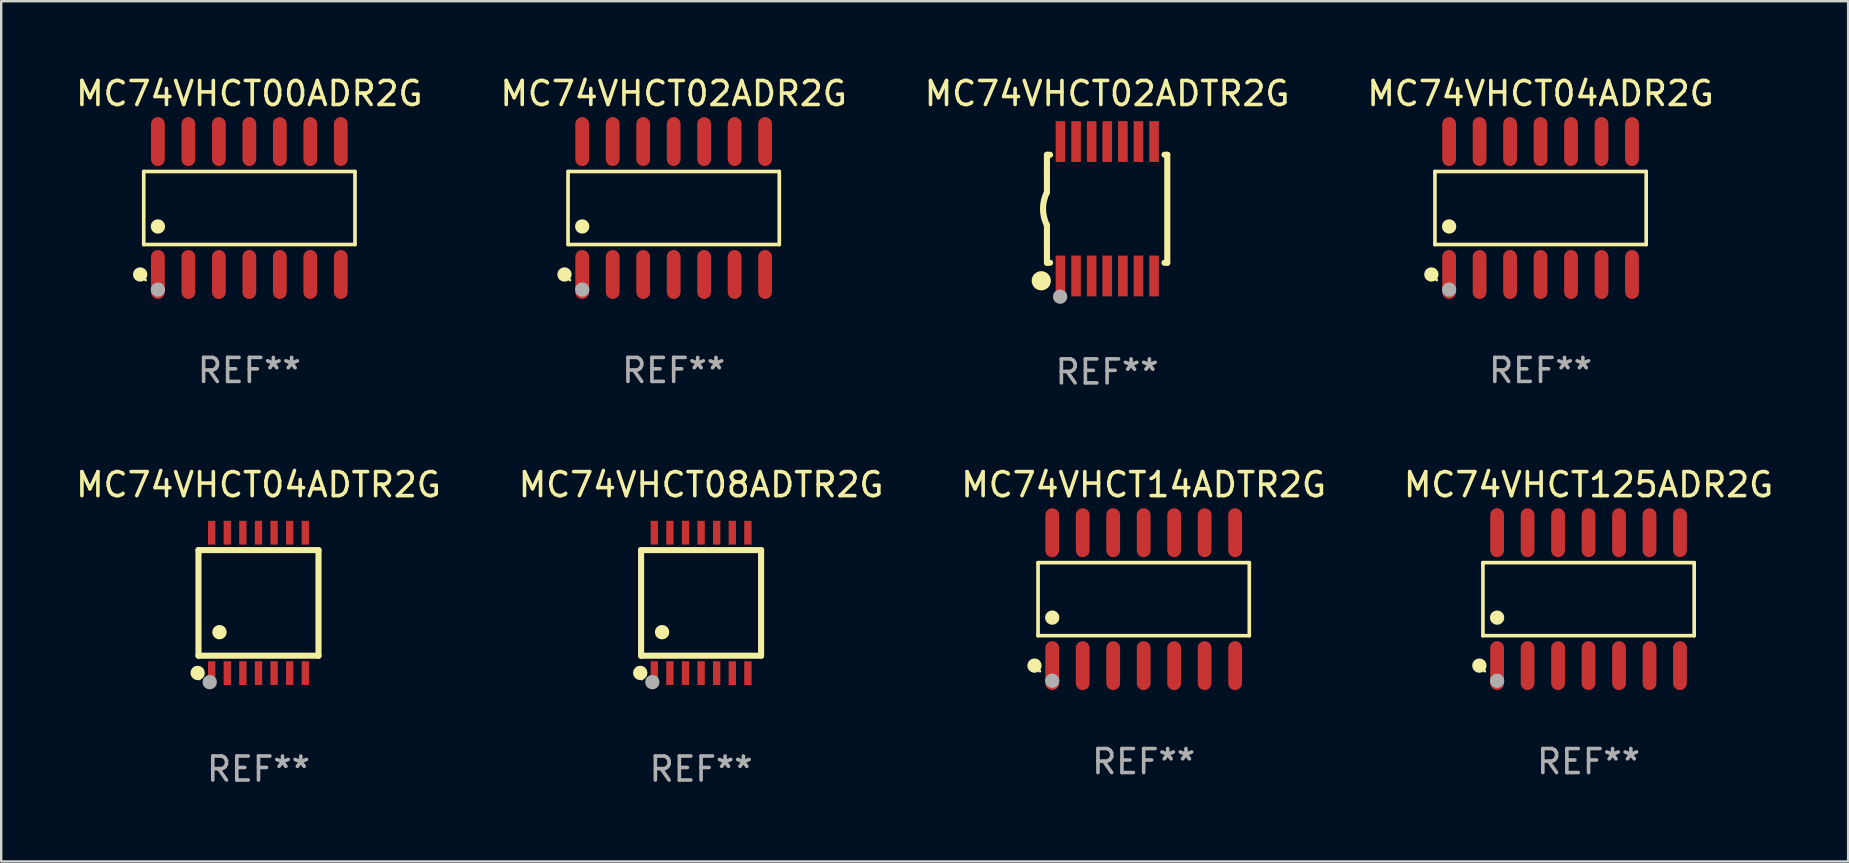
<source format=kicad_pcb>
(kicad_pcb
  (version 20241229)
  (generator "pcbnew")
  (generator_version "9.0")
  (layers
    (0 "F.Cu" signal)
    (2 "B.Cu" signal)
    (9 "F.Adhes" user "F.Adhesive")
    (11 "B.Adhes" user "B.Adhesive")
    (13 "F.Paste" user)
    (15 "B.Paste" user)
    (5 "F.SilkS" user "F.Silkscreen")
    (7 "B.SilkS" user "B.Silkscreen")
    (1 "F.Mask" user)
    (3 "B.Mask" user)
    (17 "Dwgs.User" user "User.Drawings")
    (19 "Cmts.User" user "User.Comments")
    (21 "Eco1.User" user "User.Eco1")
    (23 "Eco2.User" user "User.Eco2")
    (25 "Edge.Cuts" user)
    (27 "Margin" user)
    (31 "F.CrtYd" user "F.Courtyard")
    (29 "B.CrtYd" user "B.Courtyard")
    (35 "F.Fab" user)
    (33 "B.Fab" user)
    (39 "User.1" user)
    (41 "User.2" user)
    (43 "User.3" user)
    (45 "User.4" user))
  (footprint "MC74VHCT02ADR2G"
    (layer "F.Cu")
    (at 25.018 5.617)
    (property "Reference" "MC74VHCT02ADR2G" (at 0 -4.769 0) (layer "F.SilkS") (effects (font (size 1 1) (thickness 0.15))))
    (attr through_hole)
    (fp_line (start -4.401 -1.521) (end 4.401 -1.521) (stroke (width 0.152) (type solid)) (layer "F.SilkS"))
    (fp_line (start -4.401 1.521) (end -4.401 -1.521) (stroke (width 0.152) (type solid)) (layer "F.SilkS"))
    (fp_line (start 4.401 -1.521) (end 4.401 1.521) (stroke (width 0.152) (type solid)) (layer "F.SilkS"))
    (fp_line (start 4.401 1.521) (end -4.401 1.521) (stroke (width 0.152) (type solid)) (layer "F.SilkS"))
    (fp_circle (center -4.549 2.769) (end -4.399 2.769) (stroke (width 0.3) (type solid)) (fill no) (layer "F.SilkS"))
    (fp_circle (center -4.325 3) (end -4.295 3) (stroke (width 0.06) (type solid)) (fill no) (layer "F.SilkS"))
    (fp_circle (center -3.81 0.769) (end -3.66 0.769) (stroke (width 0.3) (type solid)) (fill no) (layer "F.SilkS"))
    (fp_circle (center -3.81 3.4) (end -3.66 3.4) (stroke (width 0.3) (type solid)) (fill no) (layer "F.Fab"))
    (fp_text user "REF**" (at 0 6.769 0) (layer "F.Fab") (effects (font (size 1 1) (thickness 0.15))))
    (pad "1" smd oval (at -3.81 2.769) (size 0.574 2.038) (layers "F.Cu" "F.Mask" "F.Paste"))
    (pad "2" smd oval (at -2.54 2.769) (size 0.574 2.038) (layers "F.Cu" "F.Mask" "F.Paste"))
    (pad "3" smd oval (at -1.27 2.769) (size 0.574 2.038) (layers "F.Cu" "F.Mask" "F.Paste"))
    (pad "4" smd oval (at 0 2.769) (size 0.574 2.038) (layers "F.Cu" "F.Mask" "F.Paste"))
    (pad "5" smd oval (at 1.27 2.769) (size 0.574 2.038) (layers "F.Cu" "F.Mask" "F.Paste"))
    (pad "6" smd oval (at 2.54 2.769) (size 0.574 2.038) (layers "F.Cu" "F.Mask" "F.Paste"))
    (pad "7" smd oval (at 3.81 2.769) (size 0.574 2.038) (layers "F.Cu" "F.Mask" "F.Paste"))
    (pad "8" smd oval (at 3.81 -2.769) (size 0.574 2.038) (layers "F.Cu" "F.Mask" "F.Paste"))
    (pad "9" smd oval (at 2.54 -2.769) (size 0.574 2.038) (layers "F.Cu" "F.Mask" "F.Paste"))
    (pad "10" smd oval (at 1.27 -2.769) (size 0.574 2.038) (layers "F.Cu" "F.Mask" "F.Paste"))
    (pad "11" smd oval (at 0 -2.769) (size 0.574 2.038) (layers "F.Cu" "F.Mask" "F.Paste"))
    (pad "12" smd oval (at -1.27 -2.769) (size 0.574 2.038) (layers "F.Cu" "F.Mask" "F.Paste"))
    (pad "13" smd oval (at -2.54 -2.769) (size 0.574 2.038) (layers "F.Cu" "F.Mask" "F.Paste"))
    (pad "14" smd oval (at -3.81 -2.769) (size 0.574 2.038) (layers "F.Cu" "F.Mask" "F.Paste")))
  (footprint "MC74VHCT08ADTR2G"
    (layer "F.Cu")
    (at 26.161 22.07)
    (property "Reference" "MC74VHCT08ADTR2G" (at 0 -4.925 0) (layer "F.SilkS") (effects (font (size 1 1) (thickness 0.15))))
    (attr through_hole)
    (fp_line (start -2.5 2.2) (end -2.5 -2.2) (stroke (width 0.254) (type solid)) (layer "F.SilkS"))
    (fp_line (start -2.5 2.2) (end 2.5 2.2) (stroke (width 0.254) (type solid)) (layer "F.SilkS"))
    (fp_line (start 2.5 -2.2) (end -2.5 -2.2) (stroke (width 0.254) (type solid)) (layer "F.SilkS"))
    (fp_line (start 2.5 -2.2) (end 2.5 2.2) (stroke (width 0.254) (type solid)) (layer "F.SilkS"))
    (fp_circle (center -2.536 2.917) (end -2.386 2.917) (stroke (width 0.3) (type solid)) (fill no) (layer "F.SilkS"))
    (fp_circle (center -2.47 3.17) (end -2.44 3.17) (stroke (width 0.06) (type solid)) (fill no) (layer "F.SilkS"))
    (fp_circle (center -1.626 1.219) (end -1.475 1.219) (stroke (width 0.3) (type solid)) (fill no) (layer "F.SilkS"))
    (fp_circle (center -2.032 3.302) (end -1.882 3.302) (stroke (width 0.3) (type solid)) (fill no) (layer "F.Fab"))
    (fp_text user "REF**" (at 0 6.925 0) (layer "F.Fab") (effects (font (size 1 1) (thickness 0.15))))
    (pad "1" smd rect (at -1.95 2.925) (size 0.305 0.991) (layers "F.Cu" "F.Mask" "F.Paste"))
    (pad "2" smd rect (at -1.3 2.925) (size 0.305 0.991) (layers "F.Cu" "F.Mask" "F.Paste"))
    (pad "3" smd rect (at -0.65 2.925) (size 0.305 0.991) (layers "F.Cu" "F.Mask" "F.Paste"))
    (pad "4" smd rect (at 0 2.925) (size 0.305 0.991) (layers "F.Cu" "F.Mask" "F.Paste"))
    (pad "5" smd rect (at 0.65 2.925) (size 0.305 0.991) (layers "F.Cu" "F.Mask" "F.Paste"))
    (pad "6" smd rect (at 1.3 2.925) (size 0.305 0.991) (layers "F.Cu" "F.Mask" "F.Paste"))
    (pad "7" smd rect (at 1.95 2.925) (size 0.305 0.991) (layers "F.Cu" "F.Mask" "F.Paste"))
    (pad "8" smd rect (at 1.95 -2.925) (size 0.305 0.991) (layers "F.Cu" "F.Mask" "F.Paste"))
    (pad "9" smd rect (at 1.3 -2.925) (size 0.305 0.991) (layers "F.Cu" "F.Mask" "F.Paste"))
    (pad "10" smd rect (at 0.65 -2.925) (size 0.305 0.991) (layers "F.Cu" "F.Mask" "F.Paste"))
    (pad "11" smd rect (at 0 -2.925) (size 0.305 0.991) (layers "F.Cu" "F.Mask" "F.Paste"))
    (pad "12" smd rect (at -0.65 -2.925) (size 0.305 0.991) (layers "F.Cu" "F.Mask" "F.Paste"))
    (pad "13" smd rect (at -1.3 -2.925) (size 0.305 0.991) (layers "F.Cu" "F.Mask" "F.Paste"))
    (pad "14" smd rect (at -1.95 -2.925) (size 0.305 0.991) (layers "F.Cu" "F.Mask" "F.Paste")))
  (footprint "MC74VHCT00ADR2G"
    (layer "F.Cu")
    (at 7.339 5.617)
    (property "Reference" "MC74VHCT00ADR2G" (at 0 -4.769 0) (layer "F.SilkS") (effects (font (size 1 1) (thickness 0.15))))
    (attr through_hole)
    (fp_line (start -4.401 -1.521) (end 4.401 -1.521) (stroke (width 0.152) (type solid)) (layer "F.SilkS"))
    (fp_line (start -4.401 1.521) (end -4.401 -1.521) (stroke (width 0.152) (type solid)) (layer "F.SilkS"))
    (fp_line (start 4.401 -1.521) (end 4.401 1.521) (stroke (width 0.152) (type solid)) (layer "F.SilkS"))
    (fp_line (start 4.401 1.521) (end -4.401 1.521) (stroke (width 0.152) (type solid)) (layer "F.SilkS"))
    (fp_circle (center -4.549 2.769) (end -4.399 2.769) (stroke (width 0.3) (type solid)) (fill no) (layer "F.SilkS"))
    (fp_circle (center -4.325 3) (end -4.295 3) (stroke (width 0.06) (type solid)) (fill no) (layer "F.SilkS"))
    (fp_circle (center -3.81 0.769) (end -3.66 0.769) (stroke (width 0.3) (type solid)) (fill no) (layer "F.SilkS"))
    (fp_circle (center -3.81 3.4) (end -3.66 3.4) (stroke (width 0.3) (type solid)) (fill no) (layer "F.Fab"))
    (fp_text user "REF**" (at 0 6.769 0) (layer "F.Fab") (effects (font (size 1 1) (thickness 0.15))))
    (pad "1" smd oval (at -3.81 2.769) (size 0.574 2.038) (layers "F.Cu" "F.Mask" "F.Paste"))
    (pad "2" smd oval (at -2.54 2.769) (size 0.574 2.038) (layers "F.Cu" "F.Mask" "F.Paste"))
    (pad "3" smd oval (at -1.27 2.769) (size 0.574 2.038) (layers "F.Cu" "F.Mask" "F.Paste"))
    (pad "4" smd oval (at 0 2.769) (size 0.574 2.038) (layers "F.Cu" "F.Mask" "F.Paste"))
    (pad "5" smd oval (at 1.27 2.769) (size 0.574 2.038) (layers "F.Cu" "F.Mask" "F.Paste"))
    (pad "6" smd oval (at 2.54 2.769) (size 0.574 2.038) (layers "F.Cu" "F.Mask" "F.Paste"))
    (pad "7" smd oval (at 3.81 2.769) (size 0.574 2.038) (layers "F.Cu" "F.Mask" "F.Paste"))
    (pad "8" smd oval (at 3.81 -2.769) (size 0.574 2.038) (layers "F.Cu" "F.Mask" "F.Paste"))
    (pad "9" smd oval (at 2.54 -2.769) (size 0.574 2.038) (layers "F.Cu" "F.Mask" "F.Paste"))
    (pad "10" smd oval (at 1.27 -2.769) (size 0.574 2.038) (layers "F.Cu" "F.Mask" "F.Paste"))
    (pad "11" smd oval (at 0 -2.769) (size 0.574 2.038) (layers "F.Cu" "F.Mask" "F.Paste"))
    (pad "12" smd oval (at -1.27 -2.769) (size 0.574 2.038) (layers "F.Cu" "F.Mask" "F.Paste"))
    (pad "13" smd oval (at -2.54 -2.769) (size 0.574 2.038) (layers "F.Cu" "F.Mask" "F.Paste"))
    (pad "14" smd oval (at -3.81 -2.769) (size 0.574 2.038) (layers "F.Cu" "F.Mask" "F.Paste")))
  (footprint "MC74VHCT02ADTR2G"
    (layer "F.Cu")
    (at 43.077 5.648)
    (property "Reference" "MC74VHCT02ADTR2G" (at 0 -4.8 0) (layer "F.SilkS") (effects (font (size 1 1) (thickness 0.15))))
    (attr through_hole)
    (fp_line (start -2.507 -1.6) (end -2.507 -2.25) (stroke (width 0.254) (type solid)) (layer "F.SilkS"))
    (fp_line (start -2.507 -0.686) (end -2.507 -1.6) (stroke (width 0.254) (type solid)) (layer "F.SilkS"))
    (fp_line (start -2.507 1.6) (end -2.507 0.686) (stroke (width 0.254) (type solid)) (layer "F.SilkS"))
    (fp_line (start -2.507 1.6) (end -2.507 2.25) (stroke (width 0.254) (type solid)) (layer "F.SilkS"))
    (fp_line (start -2.493 -2.25) (end -2.377 -2.25) (stroke (width 0.254) (type solid)) (layer "F.SilkS"))
    (fp_line (start -2.377 2.25) (end -2.493 2.25) (stroke (width 0.254) (type solid)) (layer "F.SilkS"))
    (fp_line (start 2.392 -2.25) (end 2.507 -2.25) (stroke (width 0.254) (type solid)) (layer "F.SilkS"))
    (fp_line (start 2.507 -2.25) (end 2.507 2.25) (stroke (width 0.254) (type solid)) (layer "F.SilkS"))
    (fp_line (start 2.507 2.25) (end 2.392 2.25) (stroke (width 0.254) (type solid)) (layer "F.SilkS"))
    (fp_arc (start -2.507303 0.685802) (mid -2.669199 0) (end -2.507303 -0.685801) (stroke (width 0.254001) (type solid)) (layer "F.SilkS"))
    (fp_circle (center -2.743 3) (end -2.543 3) (stroke (width 0.4) (type solid)) (fill no) (layer "F.SilkS"))
    (fp_circle (center -2.493 3.2) (end -2.463 3.2) (stroke (width 0.06) (type solid)) (fill no) (layer "F.SilkS"))
    (fp_circle (center -1.957 3.662) (end -1.807 3.662) (stroke (width 0.3) (type solid)) (fill no) (layer "F.Fab"))
    (fp_text user "REF**" (at 0 6.8 0) (layer "F.Fab") (effects (font (size 1 1) (thickness 0.15))))
    (pad "1" smd rect (at -1.943 2.8) (size 0.4 1.7) (layers "F.Cu" "F.Mask" "F.Paste"))
    (pad "2" smd rect (at -1.293 2.8) (size 0.4 1.7) (layers "F.Cu" "F.Mask" "F.Paste"))
    (pad "3" smd rect (at -0.643 2.8) (size 0.4 1.7) (layers "F.Cu" "F.Mask" "F.Paste"))
    (pad "4" smd rect (at 0.007 2.8) (size 0.4 1.7) (layers "F.Cu" "F.Mask" "F.Paste"))
    (pad "5" smd rect (at 0.657 2.8) (size 0.4 1.7) (layers "F.Cu" "F.Mask" "F.Paste"))
    (pad "6" smd rect (at 1.307 2.8) (size 0.4 1.7) (layers "F.Cu" "F.Mask" "F.Paste"))
    (pad "7" smd rect (at 1.957 2.8) (size 0.4 1.7) (layers "F.Cu" "F.Mask" "F.Paste"))
    (pad "8" smd rect (at 1.957 -2.8) (size 0.4 1.7) (layers "F.Cu" "F.Mask" "F.Paste"))
    (pad "9" smd rect (at 1.307 -2.8) (size 0.4 1.7) (layers "F.Cu" "F.Mask" "F.Paste"))
    (pad "10" smd rect (at 0.657 -2.8) (size 0.4 1.7) (layers "F.Cu" "F.Mask" "F.Paste"))
    (pad "11" smd rect (at 0.007 -2.8) (size 0.4 1.7) (layers "F.Cu" "F.Mask" "F.Paste"))
    (pad "12" smd rect (at -0.643 -2.8) (size 0.4 1.7) (layers "F.Cu" "F.Mask" "F.Paste"))
    (pad "13" smd rect (at -1.293 -2.8) (size 0.4 1.7) (layers "F.Cu" "F.Mask" "F.Paste"))
    (pad "14" smd rect (at -1.943 -2.8) (size 0.4 1.7) (layers "F.Cu" "F.Mask" "F.Paste")))
  (footprint "MC74VHCT04ADTR2G"
    (layer "F.Cu")
    (at 7.72 22.07)
    (property "Reference" "MC74VHCT04ADTR2G" (at 0 -4.925 0) (layer "F.SilkS") (effects (font (size 1 1) (thickness 0.15))))
    (attr through_hole)
    (fp_line (start -2.5 2.2) (end -2.5 -2.2) (stroke (width 0.254) (type solid)) (layer "F.SilkS"))
    (fp_line (start -2.5 2.2) (end 2.5 2.2) (stroke (width 0.254) (type solid)) (layer "F.SilkS"))
    (fp_line (start 2.5 -2.2) (end -2.5 -2.2) (stroke (width 0.254) (type solid)) (layer "F.SilkS"))
    (fp_line (start 2.5 -2.2) (end 2.5 2.2) (stroke (width 0.254) (type solid)) (layer "F.SilkS"))
    (fp_circle (center -2.536 2.917) (end -2.386 2.917) (stroke (width 0.3) (type solid)) (fill no) (layer "F.SilkS"))
    (fp_circle (center -2.47 3.17) (end -2.44 3.17) (stroke (width 0.06) (type solid)) (fill no) (layer "F.SilkS"))
    (fp_circle (center -1.626 1.219) (end -1.475 1.219) (stroke (width 0.3) (type solid)) (fill no) (layer "F.SilkS"))
    (fp_circle (center -2.032 3.302) (end -1.882 3.302) (stroke (width 0.3) (type solid)) (fill no) (layer "F.Fab"))
    (fp_text user "REF**" (at 0 6.925 0) (layer "F.Fab") (effects (font (size 1 1) (thickness 0.15))))
    (pad "1" smd rect (at -1.95 2.925) (size 0.305 0.991) (layers "F.Cu" "F.Mask" "F.Paste"))
    (pad "2" smd rect (at -1.3 2.925) (size 0.305 0.991) (layers "F.Cu" "F.Mask" "F.Paste"))
    (pad "3" smd rect (at -0.65 2.925) (size 0.305 0.991) (layers "F.Cu" "F.Mask" "F.Paste"))
    (pad "4" smd rect (at 0 2.925) (size 0.305 0.991) (layers "F.Cu" "F.Mask" "F.Paste"))
    (pad "5" smd rect (at 0.65 2.925) (size 0.305 0.991) (layers "F.Cu" "F.Mask" "F.Paste"))
    (pad "6" smd rect (at 1.3 2.925) (size 0.305 0.991) (layers "F.Cu" "F.Mask" "F.Paste"))
    (pad "7" smd rect (at 1.95 2.925) (size 0.305 0.991) (layers "F.Cu" "F.Mask" "F.Paste"))
    (pad "8" smd rect (at 1.95 -2.925) (size 0.305 0.991) (layers "F.Cu" "F.Mask" "F.Paste"))
    (pad "9" smd rect (at 1.3 -2.925) (size 0.305 0.991) (layers "F.Cu" "F.Mask" "F.Paste"))
    (pad "10" smd rect (at 0.65 -2.925) (size 0.305 0.991) (layers "F.Cu" "F.Mask" "F.Paste"))
    (pad "11" smd rect (at 0 -2.925) (size 0.305 0.991) (layers "F.Cu" "F.Mask" "F.Paste"))
    (pad "12" smd rect (at -0.65 -2.925) (size 0.305 0.991) (layers "F.Cu" "F.Mask" "F.Paste"))
    (pad "13" smd rect (at -1.3 -2.925) (size 0.305 0.991) (layers "F.Cu" "F.Mask" "F.Paste"))
    (pad "14" smd rect (at -1.95 -2.925) (size 0.305 0.991) (layers "F.Cu" "F.Mask" "F.Paste")))
  (footprint "MC74VHCT125ADR2G"
    (layer "F.Cu")
    (at 63.137 21.914)
    (property "Reference" "MC74VHCT125ADR2G" (at 0 -4.769 0) (layer "F.SilkS") (effects (font (size 1 1) (thickness 0.15))))
    (attr through_hole)
    (fp_line (start -4.401 -1.521) (end 4.401 -1.521) (stroke (width 0.152) (type solid)) (layer "F.SilkS"))
    (fp_line (start -4.401 1.521) (end -4.401 -1.521) (stroke (width 0.152) (type solid)) (layer "F.SilkS"))
    (fp_line (start 4.401 -1.521) (end 4.401 1.521) (stroke (width 0.152) (type solid)) (layer "F.SilkS"))
    (fp_line (start 4.401 1.521) (end -4.401 1.521) (stroke (width 0.152) (type solid)) (layer "F.SilkS"))
    (fp_circle (center -4.549 2.769) (end -4.399 2.769) (stroke (width 0.3) (type solid)) (fill no) (layer "F.SilkS"))
    (fp_circle (center -4.325 3) (end -4.295 3) (stroke (width 0.06) (type solid)) (fill no) (layer "F.SilkS"))
    (fp_circle (center -3.81 0.769) (end -3.66 0.769) (stroke (width 0.3) (type solid)) (fill no) (layer "F.SilkS"))
    (fp_circle (center -3.81 3.4) (end -3.66 3.4) (stroke (width 0.3) (type solid)) (fill no) (layer "F.Fab"))
    (fp_text user "REF**" (at 0 6.769 0) (layer "F.Fab") (effects (font (size 1 1) (thickness 0.15))))
    (pad "1" smd oval (at -3.81 2.769) (size 0.574 2.038) (layers "F.Cu" "F.Mask" "F.Paste"))
    (pad "2" smd oval (at -2.54 2.769) (size 0.574 2.038) (layers "F.Cu" "F.Mask" "F.Paste"))
    (pad "3" smd oval (at -1.27 2.769) (size 0.574 2.038) (layers "F.Cu" "F.Mask" "F.Paste"))
    (pad "4" smd oval (at 0 2.769) (size 0.574 2.038) (layers "F.Cu" "F.Mask" "F.Paste"))
    (pad "5" smd oval (at 1.27 2.769) (size 0.574 2.038) (layers "F.Cu" "F.Mask" "F.Paste"))
    (pad "6" smd oval (at 2.54 2.769) (size 0.574 2.038) (layers "F.Cu" "F.Mask" "F.Paste"))
    (pad "7" smd oval (at 3.81 2.769) (size 0.574 2.038) (layers "F.Cu" "F.Mask" "F.Paste"))
    (pad "8" smd oval (at 3.81 -2.769) (size 0.574 2.038) (layers "F.Cu" "F.Mask" "F.Paste"))
    (pad "9" smd oval (at 2.54 -2.769) (size 0.574 2.038) (layers "F.Cu" "F.Mask" "F.Paste"))
    (pad "10" smd oval (at 1.27 -2.769) (size 0.574 2.038) (layers "F.Cu" "F.Mask" "F.Paste"))
    (pad "11" smd oval (at 0 -2.769) (size 0.574 2.038) (layers "F.Cu" "F.Mask" "F.Paste"))
    (pad "12" smd oval (at -1.27 -2.769) (size 0.574 2.038) (layers "F.Cu" "F.Mask" "F.Paste"))
    (pad "13" smd oval (at -2.54 -2.769) (size 0.574 2.038) (layers "F.Cu" "F.Mask" "F.Paste"))
    (pad "14" smd oval (at -3.81 -2.769) (size 0.574 2.038) (layers "F.Cu" "F.Mask" "F.Paste")))
  (footprint "MC74VHCT14ADTR2G"
    (layer "F.Cu")
    (at 44.601 21.914)
    (property "Reference" "MC74VHCT14ADTR2G" (at 0 -4.769 0) (layer "F.SilkS") (effects (font (size 1 1) (thickness 0.15))))
    (attr through_hole)
    (fp_line (start -4.401 -1.521) (end 4.401 -1.521) (stroke (width 0.152) (type solid)) (layer "F.SilkS"))
    (fp_line (start -4.401 1.521) (end -4.401 -1.521) (stroke (width 0.152) (type solid)) (layer "F.SilkS"))
    (fp_line (start 4.401 -1.521) (end 4.401 1.521) (stroke (width 0.152) (type solid)) (layer "F.SilkS"))
    (fp_line (start 4.401 1.521) (end -4.401 1.521) (stroke (width 0.152) (type solid)) (layer "F.SilkS"))
    (fp_circle (center -4.549 2.769) (end -4.399 2.769) (stroke (width 0.3) (type solid)) (fill no) (layer "F.SilkS"))
    (fp_circle (center -4.325 3) (end -4.295 3) (stroke (width 0.06) (type solid)) (fill no) (layer "F.SilkS"))
    (fp_circle (center -3.81 0.769) (end -3.66 0.769) (stroke (width 0.3) (type solid)) (fill no) (layer "F.SilkS"))
    (fp_circle (center -3.81 3.4) (end -3.66 3.4) (stroke (width 0.3) (type solid)) (fill no) (layer "F.Fab"))
    (fp_text user "REF**" (at 0 6.769 0) (layer "F.Fab") (effects (font (size 1 1) (thickness 0.15))))
    (pad "1" smd oval (at -3.81 2.769) (size 0.574 2.038) (layers "F.Cu" "F.Mask" "F.Paste"))
    (pad "2" smd oval (at -2.54 2.769) (size 0.574 2.038) (layers "F.Cu" "F.Mask" "F.Paste"))
    (pad "3" smd oval (at -1.27 2.769) (size 0.574 2.038) (layers "F.Cu" "F.Mask" "F.Paste"))
    (pad "4" smd oval (at 0 2.769) (size 0.574 2.038) (layers "F.Cu" "F.Mask" "F.Paste"))
    (pad "5" smd oval (at 1.27 2.769) (size 0.574 2.038) (layers "F.Cu" "F.Mask" "F.Paste"))
    (pad "6" smd oval (at 2.54 2.769) (size 0.574 2.038) (layers "F.Cu" "F.Mask" "F.Paste"))
    (pad "7" smd oval (at 3.81 2.769) (size 0.574 2.038) (layers "F.Cu" "F.Mask" "F.Paste"))
    (pad "8" smd oval (at 3.81 -2.769) (size 0.574 2.038) (layers "F.Cu" "F.Mask" "F.Paste"))
    (pad "9" smd oval (at 2.54 -2.769) (size 0.574 2.038) (layers "F.Cu" "F.Mask" "F.Paste"))
    (pad "10" smd oval (at 1.27 -2.769) (size 0.574 2.038) (layers "F.Cu" "F.Mask" "F.Paste"))
    (pad "11" smd oval (at 0 -2.769) (size 0.574 2.038) (layers "F.Cu" "F.Mask" "F.Paste"))
    (pad "12" smd oval (at -1.27 -2.769) (size 0.574 2.038) (layers "F.Cu" "F.Mask" "F.Paste"))
    (pad "13" smd oval (at -2.54 -2.769) (size 0.574 2.038) (layers "F.Cu" "F.Mask" "F.Paste"))
    (pad "14" smd oval (at -3.81 -2.769) (size 0.574 2.038) (layers "F.Cu" "F.Mask" "F.Paste")))
  (footprint "MC74VHCT04ADR2G"
    (layer "F.Cu")
    (at 61.137 5.617)
    (property "Reference" "MC74VHCT04ADR2G" (at 0 -4.769 0) (layer "F.SilkS") (effects (font (size 1 1) (thickness 0.15))))
    (attr through_hole)
    (fp_line (start -4.401 -1.521) (end 4.401 -1.521) (stroke (width 0.152) (type solid)) (layer "F.SilkS"))
    (fp_line (start -4.401 1.521) (end -4.401 -1.521) (stroke (width 0.152) (type solid)) (layer "F.SilkS"))
    (fp_line (start 4.401 -1.521) (end 4.401 1.521) (stroke (width 0.152) (type solid)) (layer "F.SilkS"))
    (fp_line (start 4.401 1.521) (end -4.401 1.521) (stroke (width 0.152) (type solid)) (layer "F.SilkS"))
    (fp_circle (center -4.549 2.769) (end -4.399 2.769) (stroke (width 0.3) (type solid)) (fill no) (layer "F.SilkS"))
    (fp_circle (center -4.325 3) (end -4.295 3) (stroke (width 0.06) (type solid)) (fill no) (layer "F.SilkS"))
    (fp_circle (center -3.81 0.769) (end -3.66 0.769) (stroke (width 0.3) (type solid)) (fill no) (layer "F.SilkS"))
    (fp_circle (center -3.81 3.4) (end -3.66 3.4) (stroke (width 0.3) (type solid)) (fill no) (layer "F.Fab"))
    (fp_text user "REF**" (at 0 6.769 0) (layer "F.Fab") (effects (font (size 1 1) (thickness 0.15))))
    (pad "1" smd oval (at -3.81 2.769) (size 0.574 2.038) (layers "F.Cu" "F.Mask" "F.Paste"))
    (pad "2" smd oval (at -2.54 2.769) (size 0.574 2.038) (layers "F.Cu" "F.Mask" "F.Paste"))
    (pad "3" smd oval (at -1.27 2.769) (size 0.574 2.038) (layers "F.Cu" "F.Mask" "F.Paste"))
    (pad "4" smd oval (at 0 2.769) (size 0.574 2.038) (layers "F.Cu" "F.Mask" "F.Paste"))
    (pad "5" smd oval (at 1.27 2.769) (size 0.574 2.038) (layers "F.Cu" "F.Mask" "F.Paste"))
    (pad "6" smd oval (at 2.54 2.769) (size 0.574 2.038) (layers "F.Cu" "F.Mask" "F.Paste"))
    (pad "7" smd oval (at 3.81 2.769) (size 0.574 2.038) (layers "F.Cu" "F.Mask" "F.Paste"))
    (pad "8" smd oval (at 3.81 -2.769) (size 0.574 2.038) (layers "F.Cu" "F.Mask" "F.Paste"))
    (pad "9" smd oval (at 2.54 -2.769) (size 0.574 2.038) (layers "F.Cu" "F.Mask" "F.Paste"))
    (pad "10" smd oval (at 1.27 -2.769) (size 0.574 2.038) (layers "F.Cu" "F.Mask" "F.Paste"))
    (pad "11" smd oval (at 0 -2.769) (size 0.574 2.038) (layers "F.Cu" "F.Mask" "F.Paste"))
    (pad "12" smd oval (at -1.27 -2.769) (size 0.574 2.038) (layers "F.Cu" "F.Mask" "F.Paste"))
    (pad "13" smd oval (at -2.54 -2.769) (size 0.574 2.038) (layers "F.Cu" "F.Mask" "F.Paste"))
    (pad "14" smd oval (at -3.81 -2.769) (size 0.574 2.038) (layers "F.Cu" "F.Mask" "F.Paste")))
  (gr_rect
    (start -3 -3)
    (end 73.952 32.843)
    (stroke (width 0.1) (type default))
    (fill no)
    (layer "Edge.Cuts")))
</source>
